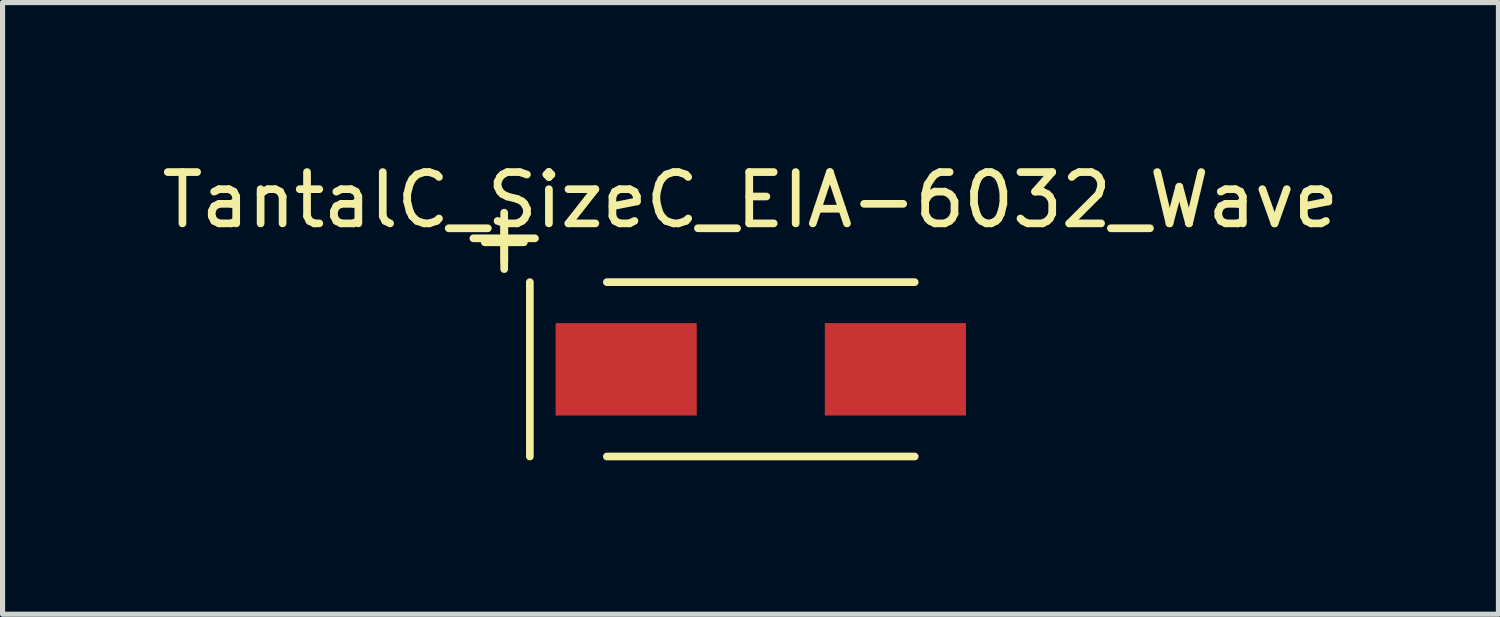
<source format=kicad_pcb>
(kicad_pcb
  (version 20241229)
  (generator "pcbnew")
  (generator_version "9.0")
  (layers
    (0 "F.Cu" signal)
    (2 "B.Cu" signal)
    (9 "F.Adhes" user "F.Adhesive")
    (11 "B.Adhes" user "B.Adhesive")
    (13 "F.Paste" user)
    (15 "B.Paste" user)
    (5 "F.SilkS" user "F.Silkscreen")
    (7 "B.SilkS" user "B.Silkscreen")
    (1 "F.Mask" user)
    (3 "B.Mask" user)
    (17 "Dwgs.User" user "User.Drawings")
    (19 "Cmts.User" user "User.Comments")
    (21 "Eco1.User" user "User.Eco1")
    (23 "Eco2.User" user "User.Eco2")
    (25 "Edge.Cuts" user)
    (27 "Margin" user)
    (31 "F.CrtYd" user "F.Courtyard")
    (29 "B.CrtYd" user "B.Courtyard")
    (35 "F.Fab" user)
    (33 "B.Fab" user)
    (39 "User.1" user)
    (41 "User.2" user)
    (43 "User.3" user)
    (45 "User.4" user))
  (footprint "TantalC_SizeC_EIA-6032_Wave"
    (layer "F.Cu")
    (at 11.778 4.148)
    (property "Reference" "TantalC_SizeC_EIA-6032_Wave" (at -0.201 -3.299 0) (layer "F.SilkS") (effects (font (size 1 1) (thickness 0.15))))
    (attr smd)
    (fp_line (start -5.601 -2.553) (end -4.402 -2.553) (stroke (width 0.15) (type solid)) (layer "F.SilkS"))
    (fp_line (start -5.001 -3.053) (end -5.001 -1.953) (stroke (width 0.15) (type solid)) (layer "F.SilkS"))
    (fp_line (start -4.501 -1.699) (end -4.501 1.699) (stroke (width 0.15) (type solid)) (layer "F.SilkS"))
    (fp_line (start 3 -1.699) (end -3 -1.699) (stroke (width 0.15) (type solid)) (layer "F.SilkS"))
    (fp_line (start 3 1.699) (end -3 1.699) (stroke (width 0.15) (type solid)) (layer "F.SilkS"))
    (fp_text user "+" (at -4.999 -2.55 0) (layer "F.SilkS") (effects (font (size 1 1) (thickness 0.15))))
    (pad "1" smd rect (at -2.624 0) (size 2.751 1.801) (layers "F.Cu" "F.Mask" "F.Paste"))
    (pad "2" smd rect (at 2.624 0) (size 2.751 1.801) (layers "F.Cu" "F.Mask" "F.Paste")))
  (gr_rect
    (start -3 -3)
    (end 26.155 8.922)
    (stroke (width 0.1) (type default))
    (fill no)
    (layer "Edge.Cuts")))
</source>
